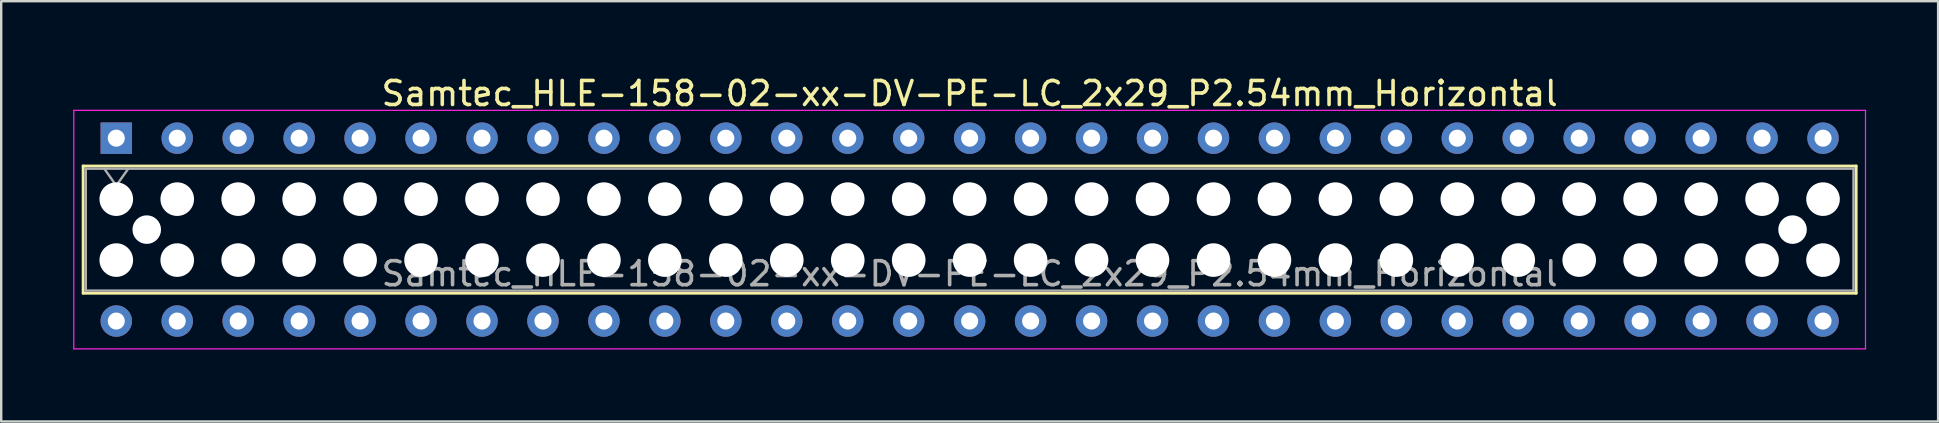
<source format=kicad_pcb>
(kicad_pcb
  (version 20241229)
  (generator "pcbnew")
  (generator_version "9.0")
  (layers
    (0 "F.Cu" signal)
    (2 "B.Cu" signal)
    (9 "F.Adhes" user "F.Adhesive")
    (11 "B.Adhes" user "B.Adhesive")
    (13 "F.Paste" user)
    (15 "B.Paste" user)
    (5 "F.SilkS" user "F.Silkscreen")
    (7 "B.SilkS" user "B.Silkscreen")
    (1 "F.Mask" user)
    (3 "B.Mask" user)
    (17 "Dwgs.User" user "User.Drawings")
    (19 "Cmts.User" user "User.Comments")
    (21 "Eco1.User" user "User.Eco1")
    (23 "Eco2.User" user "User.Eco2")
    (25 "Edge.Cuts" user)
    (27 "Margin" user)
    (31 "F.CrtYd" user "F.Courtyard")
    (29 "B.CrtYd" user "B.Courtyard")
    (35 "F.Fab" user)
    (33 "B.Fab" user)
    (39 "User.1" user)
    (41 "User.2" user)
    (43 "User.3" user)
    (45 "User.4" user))
  (footprint "Samtec_HLE-158-02-xx-DV-PE-LC_2x29_P2.54mm_Horizontal"
    (layer "F.Cu")
    (at 1.795 2.708)
    (property "Reference" "Samtec_HLE-158-02-xx-DV-PE-LC_2x29_P2.54mm_Horizontal" (at 35.56 -1.86 0) (layer "F.SilkS") (effects (font (size 1 1) (thickness 0.15))))
    (attr through_hole)
    (fp_line (start -1.38 1.16) (end 72.5 1.16) (stroke (width 0.12) (type solid)) (layer "F.SilkS"))
    (fp_line (start -1.38 6.46) (end -1.38 1.16) (stroke (width 0.12) (type solid)) (layer "F.SilkS"))
    (fp_line (start 72.5 1.16) (end 72.5 6.46) (stroke (width 0.12) (type solid)) (layer "F.SilkS"))
    (fp_line (start 72.5 6.46) (end -1.38 6.46) (stroke (width 0.12) (type solid)) (layer "F.SilkS"))
    (fp_line (start -1.77 -1.16) (end 72.89 -1.16) (stroke (width 0.05) (type solid)) (layer "F.CrtYd"))
    (fp_line (start -1.77 8.78) (end -1.77 -1.16) (stroke (width 0.05) (type solid)) (layer "F.CrtYd"))
    (fp_line (start 72.89 -1.16) (end 72.89 8.78) (stroke (width 0.05) (type solid)) (layer "F.CrtYd"))
    (fp_line (start 72.89 8.78) (end -1.77 8.78) (stroke (width 0.05) (type solid)) (layer "F.CrtYd"))
    (fp_line (start -1.27 1.27) (end 72.39 1.27) (stroke (width 0.1) (type solid)) (layer "F.Fab"))
    (fp_line (start -1.27 6.35) (end -1.27 1.27) (stroke (width 0.1) (type solid)) (layer "F.Fab"))
    (fp_line (start -0.5 1.27) (end 0 1.977) (stroke (width 0.1) (type solid)) (layer "F.Fab"))
    (fp_line (start 0 1.977) (end 0.5 1.27) (stroke (width 0.1) (type solid)) (layer "F.Fab"))
    (fp_line (start 72.39 1.27) (end 72.39 6.35) (stroke (width 0.1) (type solid)) (layer "F.Fab"))
    (fp_line (start 72.39 6.35) (end -1.27 6.35) (stroke (width 0.1) (type solid)) (layer "F.Fab"))
    (fp_text user "${REFERENCE}" (at 35.56 5.65 0) (layer "F.Fab") (effects (font (size 1 1) (thickness 0.15))))
    (pad "" np_thru_hole circle (at 0 2.54) (size 1.4 1.4) (drill 1.4) (layers "*.Cu" "*.Mask"))
    (pad "" np_thru_hole circle (at 0 5.08) (size 1.4 1.4) (drill 1.4) (layers "*.Cu" "*.Mask"))
    (pad "" np_thru_hole circle (at 1.27 3.81) (size 1.19 1.19) (drill 1.19) (layers "*.Cu" "*.Mask"))
    (pad "" np_thru_hole circle (at 2.54 2.54) (size 1.4 1.4) (drill 1.4) (layers "*.Cu" "*.Mask"))
    (pad "" np_thru_hole circle (at 2.54 5.08) (size 1.4 1.4) (drill 1.4) (layers "*.Cu" "*.Mask"))
    (pad "" np_thru_hole circle (at 5.08 2.54) (size 1.4 1.4) (drill 1.4) (layers "*.Cu" "*.Mask"))
    (pad "" np_thru_hole circle (at 5.08 5.08) (size 1.4 1.4) (drill 1.4) (layers "*.Cu" "*.Mask"))
    (pad "" np_thru_hole circle (at 7.62 2.54) (size 1.4 1.4) (drill 1.4) (layers "*.Cu" "*.Mask"))
    (pad "" np_thru_hole circle (at 7.62 5.08) (size 1.4 1.4) (drill 1.4) (layers "*.Cu" "*.Mask"))
    (pad "" np_thru_hole circle (at 10.16 2.54) (size 1.4 1.4) (drill 1.4) (layers "*.Cu" "*.Mask"))
    (pad "" np_thru_hole circle (at 10.16 5.08) (size 1.4 1.4) (drill 1.4) (layers "*.Cu" "*.Mask"))
    (pad "" np_thru_hole circle (at 12.7 2.54) (size 1.4 1.4) (drill 1.4) (layers "*.Cu" "*.Mask"))
    (pad "" np_thru_hole circle (at 12.7 5.08) (size 1.4 1.4) (drill 1.4) (layers "*.Cu" "*.Mask"))
    (pad "" np_thru_hole circle (at 15.24 2.54) (size 1.4 1.4) (drill 1.4) (layers "*.Cu" "*.Mask"))
    (pad "" np_thru_hole circle (at 15.24 5.08) (size 1.4 1.4) (drill 1.4) (layers "*.Cu" "*.Mask"))
    (pad "" np_thru_hole circle (at 17.78 2.54) (size 1.4 1.4) (drill 1.4) (layers "*.Cu" "*.Mask"))
    (pad "" np_thru_hole circle (at 17.78 5.08) (size 1.4 1.4) (drill 1.4) (layers "*.Cu" "*.Mask"))
    (pad "" np_thru_hole circle (at 20.32 2.54) (size 1.4 1.4) (drill 1.4) (layers "*.Cu" "*.Mask"))
    (pad "" np_thru_hole circle (at 20.32 5.08) (size 1.4 1.4) (drill 1.4) (layers "*.Cu" "*.Mask"))
    (pad "" np_thru_hole circle (at 22.86 2.54) (size 1.4 1.4) (drill 1.4) (layers "*.Cu" "*.Mask"))
    (pad "" np_thru_hole circle (at 22.86 5.08) (size 1.4 1.4) (drill 1.4) (layers "*.Cu" "*.Mask"))
    (pad "" np_thru_hole circle (at 25.4 2.54) (size 1.4 1.4) (drill 1.4) (layers "*.Cu" "*.Mask"))
    (pad "" np_thru_hole circle (at 25.4 5.08) (size 1.4 1.4) (drill 1.4) (layers "*.Cu" "*.Mask"))
    (pad "" np_thru_hole circle (at 27.94 2.54) (size 1.4 1.4) (drill 1.4) (layers "*.Cu" "*.Mask"))
    (pad "" np_thru_hole circle (at 27.94 5.08) (size 1.4 1.4) (drill 1.4) (layers "*.Cu" "*.Mask"))
    (pad "" np_thru_hole circle (at 30.48 2.54) (size 1.4 1.4) (drill 1.4) (layers "*.Cu" "*.Mask"))
    (pad "" np_thru_hole circle (at 30.48 5.08) (size 1.4 1.4) (drill 1.4) (layers "*.Cu" "*.Mask"))
    (pad "" np_thru_hole circle (at 33.02 2.54) (size 1.4 1.4) (drill 1.4) (layers "*.Cu" "*.Mask"))
    (pad "" np_thru_hole circle (at 33.02 5.08) (size 1.4 1.4) (drill 1.4) (layers "*.Cu" "*.Mask"))
    (pad "" np_thru_hole circle (at 35.56 2.54) (size 1.4 1.4) (drill 1.4) (layers "*.Cu" "*.Mask"))
    (pad "" np_thru_hole circle (at 35.56 5.08) (size 1.4 1.4) (drill 1.4) (layers "*.Cu" "*.Mask"))
    (pad "" np_thru_hole circle (at 38.1 2.54) (size 1.4 1.4) (drill 1.4) (layers "*.Cu" "*.Mask"))
    (pad "" np_thru_hole circle (at 38.1 5.08) (size 1.4 1.4) (drill 1.4) (layers "*.Cu" "*.Mask"))
    (pad "" np_thru_hole circle (at 40.64 2.54) (size 1.4 1.4) (drill 1.4) (layers "*.Cu" "*.Mask"))
    (pad "" np_thru_hole circle (at 40.64 5.08) (size 1.4 1.4) (drill 1.4) (layers "*.Cu" "*.Mask"))
    (pad "" np_thru_hole circle (at 43.18 2.54) (size 1.4 1.4) (drill 1.4) (layers "*.Cu" "*.Mask"))
    (pad "" np_thru_hole circle (at 43.18 5.08) (size 1.4 1.4) (drill 1.4) (layers "*.Cu" "*.Mask"))
    (pad "" np_thru_hole circle (at 45.72 2.54) (size 1.4 1.4) (drill 1.4) (layers "*.Cu" "*.Mask"))
    (pad "" np_thru_hole circle (at 45.72 5.08) (size 1.4 1.4) (drill 1.4) (layers "*.Cu" "*.Mask"))
    (pad "" np_thru_hole circle (at 48.26 2.54) (size 1.4 1.4) (drill 1.4) (layers "*.Cu" "*.Mask"))
    (pad "" np_thru_hole circle (at 48.26 5.08) (size 1.4 1.4) (drill 1.4) (layers "*.Cu" "*.Mask"))
    (pad "" np_thru_hole circle (at 50.8 2.54) (size 1.4 1.4) (drill 1.4) (layers "*.Cu" "*.Mask"))
    (pad "" np_thru_hole circle (at 50.8 5.08) (size 1.4 1.4) (drill 1.4) (layers "*.Cu" "*.Mask"))
    (pad "" np_thru_hole circle (at 53.34 2.54) (size 1.4 1.4) (drill 1.4) (layers "*.Cu" "*.Mask"))
    (pad "" np_thru_hole circle (at 53.34 5.08) (size 1.4 1.4) (drill 1.4) (layers "*.Cu" "*.Mask"))
    (pad "" np_thru_hole circle (at 55.88 2.54) (size 1.4 1.4) (drill 1.4) (layers "*.Cu" "*.Mask"))
    (pad "" np_thru_hole circle (at 55.88 5.08) (size 1.4 1.4) (drill 1.4) (layers "*.Cu" "*.Mask"))
    (pad "" np_thru_hole circle (at 58.42 2.54) (size 1.4 1.4) (drill 1.4) (layers "*.Cu" "*.Mask"))
    (pad "" np_thru_hole circle (at 58.42 5.08) (size 1.4 1.4) (drill 1.4) (layers "*.Cu" "*.Mask"))
    (pad "" np_thru_hole circle (at 60.96 2.54) (size 1.4 1.4) (drill 1.4) (layers "*.Cu" "*.Mask"))
    (pad "" np_thru_hole circle (at 60.96 5.08) (size 1.4 1.4) (drill 1.4) (layers "*.Cu" "*.Mask"))
    (pad "" np_thru_hole circle (at 63.5 2.54) (size 1.4 1.4) (drill 1.4) (layers "*.Cu" "*.Mask"))
    (pad "" np_thru_hole circle (at 63.5 5.08) (size 1.4 1.4) (drill 1.4) (layers "*.Cu" "*.Mask"))
    (pad "" np_thru_hole circle (at 66.04 2.54) (size 1.4 1.4) (drill 1.4) (layers "*.Cu" "*.Mask"))
    (pad "" np_thru_hole circle (at 66.04 5.08) (size 1.4 1.4) (drill 1.4) (layers "*.Cu" "*.Mask"))
    (pad "" np_thru_hole circle (at 68.58 2.54) (size 1.4 1.4) (drill 1.4) (layers "*.Cu" "*.Mask"))
    (pad "" np_thru_hole circle (at 68.58 5.08) (size 1.4 1.4) (drill 1.4) (layers "*.Cu" "*.Mask"))
    (pad "" np_thru_hole circle (at 69.85 3.81) (size 1.19 1.19) (drill 1.19) (layers "*.Cu" "*.Mask"))
    (pad "" np_thru_hole circle (at 71.12 2.54) (size 1.4 1.4) (drill 1.4) (layers "*.Cu" "*.Mask"))
    (pad "" np_thru_hole circle (at 71.12 5.08) (size 1.4 1.4) (drill 1.4) (layers "*.Cu" "*.Mask"))
    (pad "1" thru_hole rect (at 0 0) (size 1.31 1.31) (drill 0.71) (layers "*.Cu" "*.Mask"))
    (pad "2" thru_hole circle (at 0 7.62) (size 1.31 1.31) (drill 0.71) (layers "*.Cu" "*.Mask"))
    (pad "3" thru_hole circle (at 2.54 0) (size 1.31 1.31) (drill 0.71) (layers "*.Cu" "*.Mask"))
    (pad "4" thru_hole circle (at 2.54 7.62) (size 1.31 1.31) (drill 0.71) (layers "*.Cu" "*.Mask"))
    (pad "5" thru_hole circle (at 5.08 0) (size 1.31 1.31) (drill 0.71) (layers "*.Cu" "*.Mask"))
    (pad "6" thru_hole circle (at 5.08 7.62) (size 1.31 1.31) (drill 0.71) (layers "*.Cu" "*.Mask"))
    (pad "7" thru_hole circle (at 7.62 0) (size 1.31 1.31) (drill 0.71) (layers "*.Cu" "*.Mask"))
    (pad "8" thru_hole circle (at 7.62 7.62) (size 1.31 1.31) (drill 0.71) (layers "*.Cu" "*.Mask"))
    (pad "9" thru_hole circle (at 10.16 0) (size 1.31 1.31) (drill 0.71) (layers "*.Cu" "*.Mask"))
    (pad "10" thru_hole circle (at 10.16 7.62) (size 1.31 1.31) (drill 0.71) (layers "*.Cu" "*.Mask"))
    (pad "11" thru_hole circle (at 12.7 0) (size 1.31 1.31) (drill 0.71) (layers "*.Cu" "*.Mask"))
    (pad "12" thru_hole circle (at 12.7 7.62) (size 1.31 1.31) (drill 0.71) (layers "*.Cu" "*.Mask"))
    (pad "13" thru_hole circle (at 15.24 0) (size 1.31 1.31) (drill 0.71) (layers "*.Cu" "*.Mask"))
    (pad "14" thru_hole circle (at 15.24 7.62) (size 1.31 1.31) (drill 0.71) (layers "*.Cu" "*.Mask"))
    (pad "15" thru_hole circle (at 17.78 0) (size 1.31 1.31) (drill 0.71) (layers "*.Cu" "*.Mask"))
    (pad "16" thru_hole circle (at 17.78 7.62) (size 1.31 1.31) (drill 0.71) (layers "*.Cu" "*.Mask"))
    (pad "17" thru_hole circle (at 20.32 0) (size 1.31 1.31) (drill 0.71) (layers "*.Cu" "*.Mask"))
    (pad "18" thru_hole circle (at 20.32 7.62) (size 1.31 1.31) (drill 0.71) (layers "*.Cu" "*.Mask"))
    (pad "19" thru_hole circle (at 22.86 0) (size 1.31 1.31) (drill 0.71) (layers "*.Cu" "*.Mask"))
    (pad "20" thru_hole circle (at 22.86 7.62) (size 1.31 1.31) (drill 0.71) (layers "*.Cu" "*.Mask"))
    (pad "21" thru_hole circle (at 25.4 0) (size 1.31 1.31) (drill 0.71) (layers "*.Cu" "*.Mask"))
    (pad "22" thru_hole circle (at 25.4 7.62) (size 1.31 1.31) (drill 0.71) (layers "*.Cu" "*.Mask"))
    (pad "23" thru_hole circle (at 27.94 0) (size 1.31 1.31) (drill 0.71) (layers "*.Cu" "*.Mask"))
    (pad "24" thru_hole circle (at 27.94 7.62) (size 1.31 1.31) (drill 0.71) (layers "*.Cu" "*.Mask"))
    (pad "25" thru_hole circle (at 30.48 0) (size 1.31 1.31) (drill 0.71) (layers "*.Cu" "*.Mask"))
    (pad "26" thru_hole circle (at 30.48 7.62) (size 1.31 1.31) (drill 0.71) (layers "*.Cu" "*.Mask"))
    (pad "27" thru_hole circle (at 33.02 0) (size 1.31 1.31) (drill 0.71) (layers "*.Cu" "*.Mask"))
    (pad "28" thru_hole circle (at 33.02 7.62) (size 1.31 1.31) (drill 0.71) (layers "*.Cu" "*.Mask"))
    (pad "29" thru_hole circle (at 35.56 0) (size 1.31 1.31) (drill 0.71) (layers "*.Cu" "*.Mask"))
    (pad "30" thru_hole circle (at 35.56 7.62) (size 1.31 1.31) (drill 0.71) (layers "*.Cu" "*.Mask"))
    (pad "31" thru_hole circle (at 38.1 0) (size 1.31 1.31) (drill 0.71) (layers "*.Cu" "*.Mask"))
    (pad "32" thru_hole circle (at 38.1 7.62) (size 1.31 1.31) (drill 0.71) (layers "*.Cu" "*.Mask"))
    (pad "33" thru_hole circle (at 40.64 0) (size 1.31 1.31) (drill 0.71) (layers "*.Cu" "*.Mask"))
    (pad "34" thru_hole circle (at 40.64 7.62) (size 1.31 1.31) (drill 0.71) (layers "*.Cu" "*.Mask"))
    (pad "35" thru_hole circle (at 43.18 0) (size 1.31 1.31) (drill 0.71) (layers "*.Cu" "*.Mask"))
    (pad "36" thru_hole circle (at 43.18 7.62) (size 1.31 1.31) (drill 0.71) (layers "*.Cu" "*.Mask"))
    (pad "37" thru_hole circle (at 45.72 0) (size 1.31 1.31) (drill 0.71) (layers "*.Cu" "*.Mask"))
    (pad "38" thru_hole circle (at 45.72 7.62) (size 1.31 1.31) (drill 0.71) (layers "*.Cu" "*.Mask"))
    (pad "39" thru_hole circle (at 48.26 0) (size 1.31 1.31) (drill 0.71) (layers "*.Cu" "*.Mask"))
    (pad "40" thru_hole circle (at 48.26 7.62) (size 1.31 1.31) (drill 0.71) (layers "*.Cu" "*.Mask"))
    (pad "41" thru_hole circle (at 50.8 0) (size 1.31 1.31) (drill 0.71) (layers "*.Cu" "*.Mask"))
    (pad "42" thru_hole circle (at 50.8 7.62) (size 1.31 1.31) (drill 0.71) (layers "*.Cu" "*.Mask"))
    (pad "43" thru_hole circle (at 53.34 0) (size 1.31 1.31) (drill 0.71) (layers "*.Cu" "*.Mask"))
    (pad "44" thru_hole circle (at 53.34 7.62) (size 1.31 1.31) (drill 0.71) (layers "*.Cu" "*.Mask"))
    (pad "45" thru_hole circle (at 55.88 0) (size 1.31 1.31) (drill 0.71) (layers "*.Cu" "*.Mask"))
    (pad "46" thru_hole circle (at 55.88 7.62) (size 1.31 1.31) (drill 0.71) (layers "*.Cu" "*.Mask"))
    (pad "47" thru_hole circle (at 58.42 0) (size 1.31 1.31) (drill 0.71) (layers "*.Cu" "*.Mask"))
    (pad "48" thru_hole circle (at 58.42 7.62) (size 1.31 1.31) (drill 0.71) (layers "*.Cu" "*.Mask"))
    (pad "49" thru_hole circle (at 60.96 0) (size 1.31 1.31) (drill 0.71) (layers "*.Cu" "*.Mask"))
    (pad "50" thru_hole circle (at 60.96 7.62) (size 1.31 1.31) (drill 0.71) (layers "*.Cu" "*.Mask"))
    (pad "51" thru_hole circle (at 63.5 0) (size 1.31 1.31) (drill 0.71) (layers "*.Cu" "*.Mask"))
    (pad "52" thru_hole circle (at 63.5 7.62) (size 1.31 1.31) (drill 0.71) (layers "*.Cu" "*.Mask"))
    (pad "53" thru_hole circle (at 66.04 0) (size 1.31 1.31) (drill 0.71) (layers "*.Cu" "*.Mask"))
    (pad "54" thru_hole circle (at 66.04 7.62) (size 1.31 1.31) (drill 0.71) (layers "*.Cu" "*.Mask"))
    (pad "55" thru_hole circle (at 68.58 0) (size 1.31 1.31) (drill 0.71) (layers "*.Cu" "*.Mask"))
    (pad "56" thru_hole circle (at 68.58 7.62) (size 1.31 1.31) (drill 0.71) (layers "*.Cu" "*.Mask"))
    (pad "57" thru_hole circle (at 71.12 0) (size 1.31 1.31) (drill 0.71) (layers "*.Cu" "*.Mask"))
    (pad "58" thru_hole circle (at 71.12 7.62) (size 1.31 1.31) (drill 0.71) (layers "*.Cu" "*.Mask")))
  (gr_rect
    (start -3 -3)
    (end 77.71 14.513)
    (stroke (width 0.1) (type default))
    (fill no)
    (layer "Edge.Cuts")))
</source>
